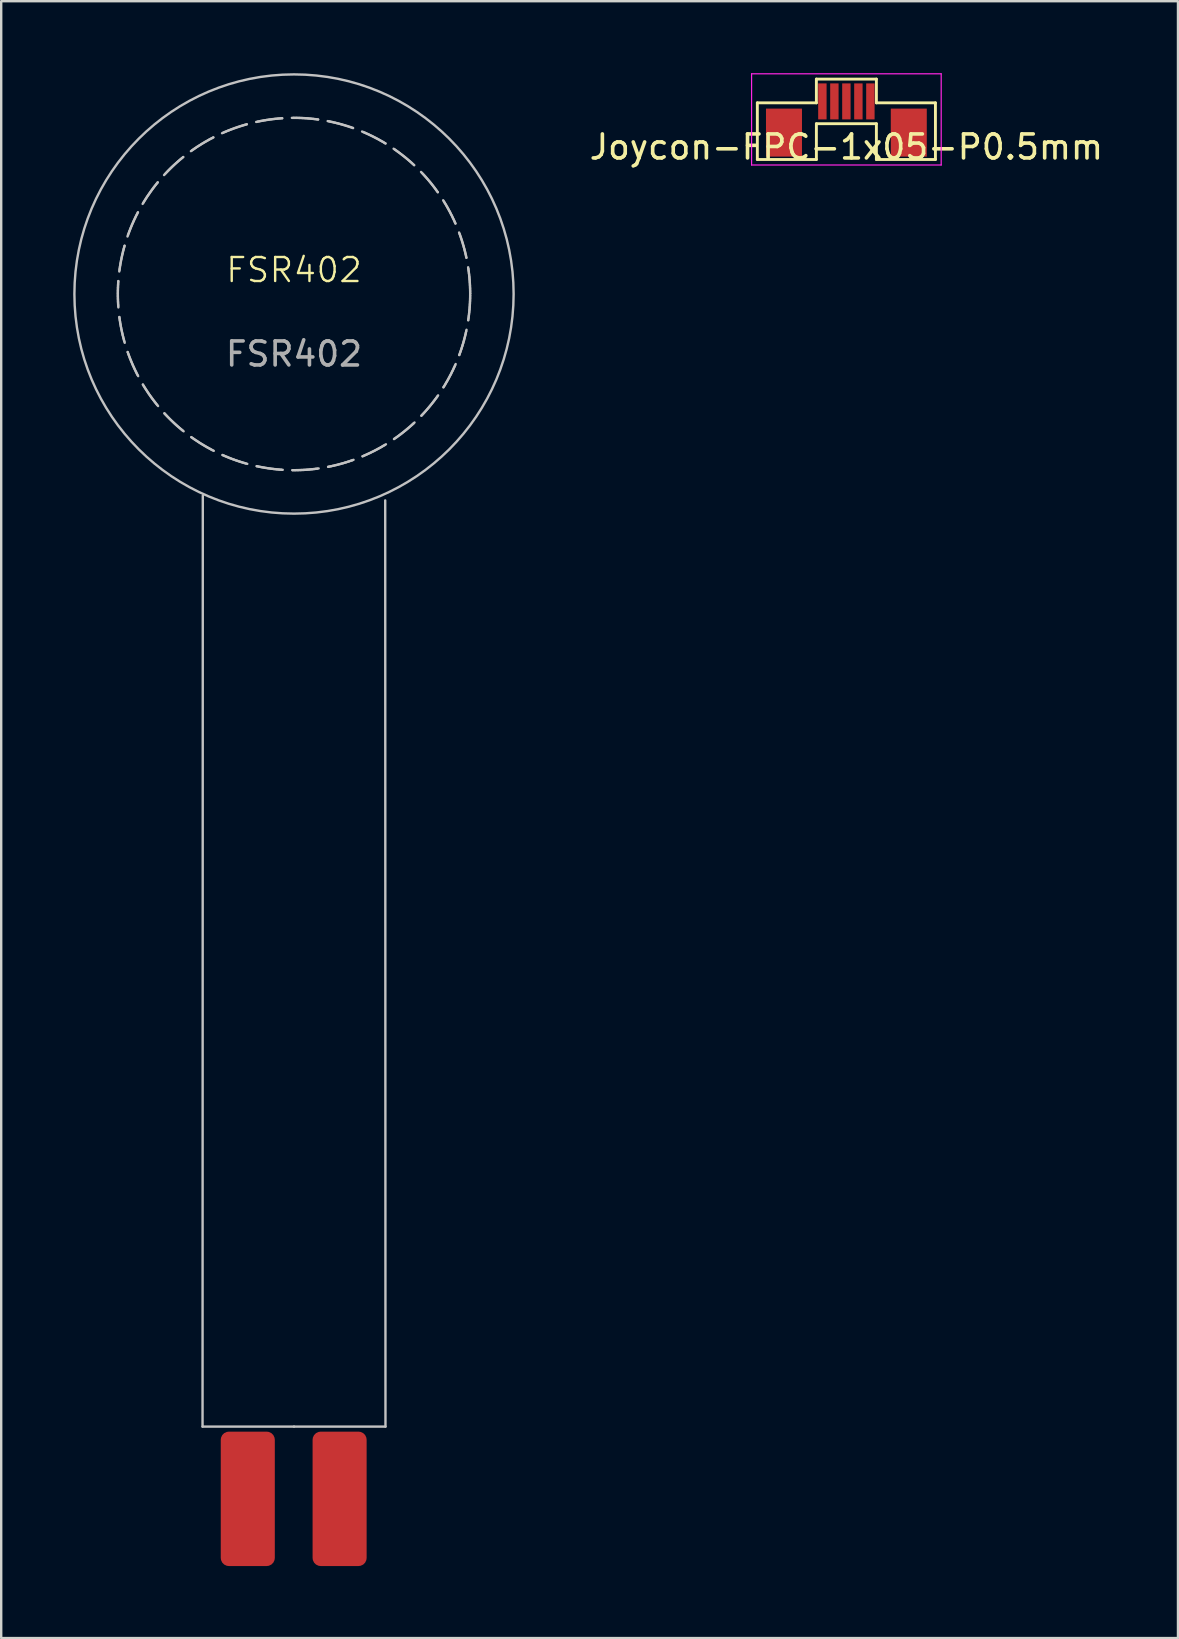
<source format=kicad_pcb>
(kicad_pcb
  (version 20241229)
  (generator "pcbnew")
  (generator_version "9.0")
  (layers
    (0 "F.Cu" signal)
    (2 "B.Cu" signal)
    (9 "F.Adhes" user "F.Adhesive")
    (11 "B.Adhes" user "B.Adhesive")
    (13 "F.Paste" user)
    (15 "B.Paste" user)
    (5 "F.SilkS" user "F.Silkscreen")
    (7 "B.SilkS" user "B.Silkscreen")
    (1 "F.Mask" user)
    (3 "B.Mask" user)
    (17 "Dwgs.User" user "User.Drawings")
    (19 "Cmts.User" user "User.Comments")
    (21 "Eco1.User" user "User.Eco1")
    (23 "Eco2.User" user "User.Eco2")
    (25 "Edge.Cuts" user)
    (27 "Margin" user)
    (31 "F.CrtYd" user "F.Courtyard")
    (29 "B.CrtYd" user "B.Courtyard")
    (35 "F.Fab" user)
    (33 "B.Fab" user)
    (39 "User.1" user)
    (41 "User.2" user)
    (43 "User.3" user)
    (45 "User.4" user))
  (footprint "FSR402"
    (layer "F.Cu")
    (at 9.2 9.2)
    (property "Reference" "FSR402" (at 0 -1 0) (unlocked yes) (layer "F.SilkS") (effects (font (size 1 1) (thickness 0.1))))
    (attr smd)
    (fp_line (start -3.811 47.19) (end -3.8 8.4) (stroke (width 0.1) (type default)) (layer "Dwgs.User"))
    (fp_line (start -3.811 47.19) (end 0 47.19) (stroke (width 0.1) (type solid)) (layer "Dwgs.User"))
    (fp_line (start 0 47.19) (end 3.811 47.19) (stroke (width 0.1) (type solid)) (layer "Dwgs.User"))
    (fp_line (start 3.811 47.19) (end 3.8 8.6) (stroke (width 0.1) (type default)) (layer "Dwgs.User"))
    (fp_circle (center 0 0) (end 7.34 0) (stroke (width 0.1) (type dash)) (fill no) (layer "Dwgs.User"))
    (fp_circle (center 0 0) (end 9.15 0) (stroke (width 0.1) (type solid)) (fill no) (layer "Dwgs.User"))
    (fp_text user "${REFERENCE}" (at 0 2.5 0) (unlocked yes) (layer "F.Fab") (effects (font (size 1 1) (thickness 0.15))))
    (pad "1" smd roundrect (at -1.926 50.2) (size 2.252 5.6) (layers "F.Cu" "F.Mask" "F.Paste") (roundrect_rratio 0.15))
    (pad "2" smd roundrect (at 1.9 50.2) (size 2.252 5.6) (layers "F.Cu" "F.Mask" "F.Paste") (roundrect_rratio 0.15)))
  (footprint "Joycon-FPC-1x05-P0.5mm"
    (layer "F.Cu")
    (at 32.215 1.175)
    (property "Reference" "Joycon-FPC-1x05-P0.5mm" (at 0 1.9 0) (layer "F.SilkS") (effects (font (size 1 1) (thickness 0.15))))
    (attr smd)
    (fp_line (start -3.71 0.06) (end -1.25 0.06) (stroke (width 0.12) (type default)) (layer "F.SilkS"))
    (fp_line (start -3.71 2.42) (end -3.71 0.06) (stroke (width 0.12) (type default)) (layer "F.SilkS"))
    (fp_line (start -1.25 -0.93) (end 1.25 -0.93) (stroke (width 0.12) (type default)) (layer "F.SilkS"))
    (fp_line (start -1.25 0.06) (end -1.25 -0.93) (stroke (width 0.12) (type default)) (layer "F.SilkS"))
    (fp_line (start -1.25 0.93) (end -1.25 2.42) (stroke (width 0.12) (type default)) (layer "F.SilkS"))
    (fp_line (start -1.25 0.93) (end 1.25 0.93) (stroke (width 0.12) (type default)) (layer "F.SilkS"))
    (fp_line (start -1.25 2.42) (end -3.71 2.42) (stroke (width 0.12) (type default)) (layer "F.SilkS"))
    (fp_line (start 1.25 0.06) (end 1.25 -0.93) (stroke (width 0.12) (type default)) (layer "F.SilkS"))
    (fp_line (start 1.25 0.93) (end 1.25 2.42) (stroke (width 0.12) (type default)) (layer "F.SilkS"))
    (fp_line (start 1.25 2.42) (end 3.71 2.42) (stroke (width 0.12) (type default)) (layer "F.SilkS"))
    (fp_line (start 3.71 0.06) (end 1.25 0.06) (stroke (width 0.12) (type default)) (layer "F.SilkS"))
    (fp_line (start 3.71 2.42) (end 3.71 0.06) (stroke (width 0.12) (type default)) (layer "F.SilkS"))
    (fp_line (start -3.95 -1.15) (end -3.95 2.65) (stroke (width 0.05) (type default)) (layer "F.CrtYd"))
    (fp_line (start -3.95 -1.15) (end 3.95 -1.15) (stroke (width 0.05) (type default)) (layer "F.CrtYd"))
    (fp_line (start -3.95 2.65) (end 3.95 2.65) (stroke (width 0.05) (type default)) (layer "F.CrtYd"))
    (fp_line (start 3.95 -1.15) (end 3.95 2.65) (stroke (width 0.05) (type default)) (layer "F.CrtYd"))
    (pad "0" smd rect (at -2.6 1.3) (size 1.5 2) (layers "F.Cu" "F.Mask" "F.Paste"))
    (pad "0" smd rect (at 2.6 1.3) (size 1.5 2) (layers "F.Cu" "F.Mask" "F.Paste"))
    (pad "1" smd rect (at -1 0) (size 0.35 1.5) (layers "F.Cu" "F.Mask" "F.Paste"))
    (pad "2" smd rect (at -0.5 0) (size 0.35 1.5) (layers "F.Cu" "F.Mask" "F.Paste"))
    (pad "3" smd rect (at 0 0) (size 0.35 1.5) (layers "F.Cu" "F.Mask" "F.Paste"))
    (pad "4" smd rect (at 0.5 0) (size 0.35 1.5) (layers "F.Cu" "F.Mask" "F.Paste"))
    (pad "5" smd rect (at 1 0) (size 0.35 1.5) (layers "F.Cu" "F.Mask" "F.Paste")))
  (gr_rect
    (start -3 -3)
    (end 46.031 65.2)
    (stroke (width 0.1) (type default))
    (fill no)
    (layer "Edge.Cuts")))
</source>
